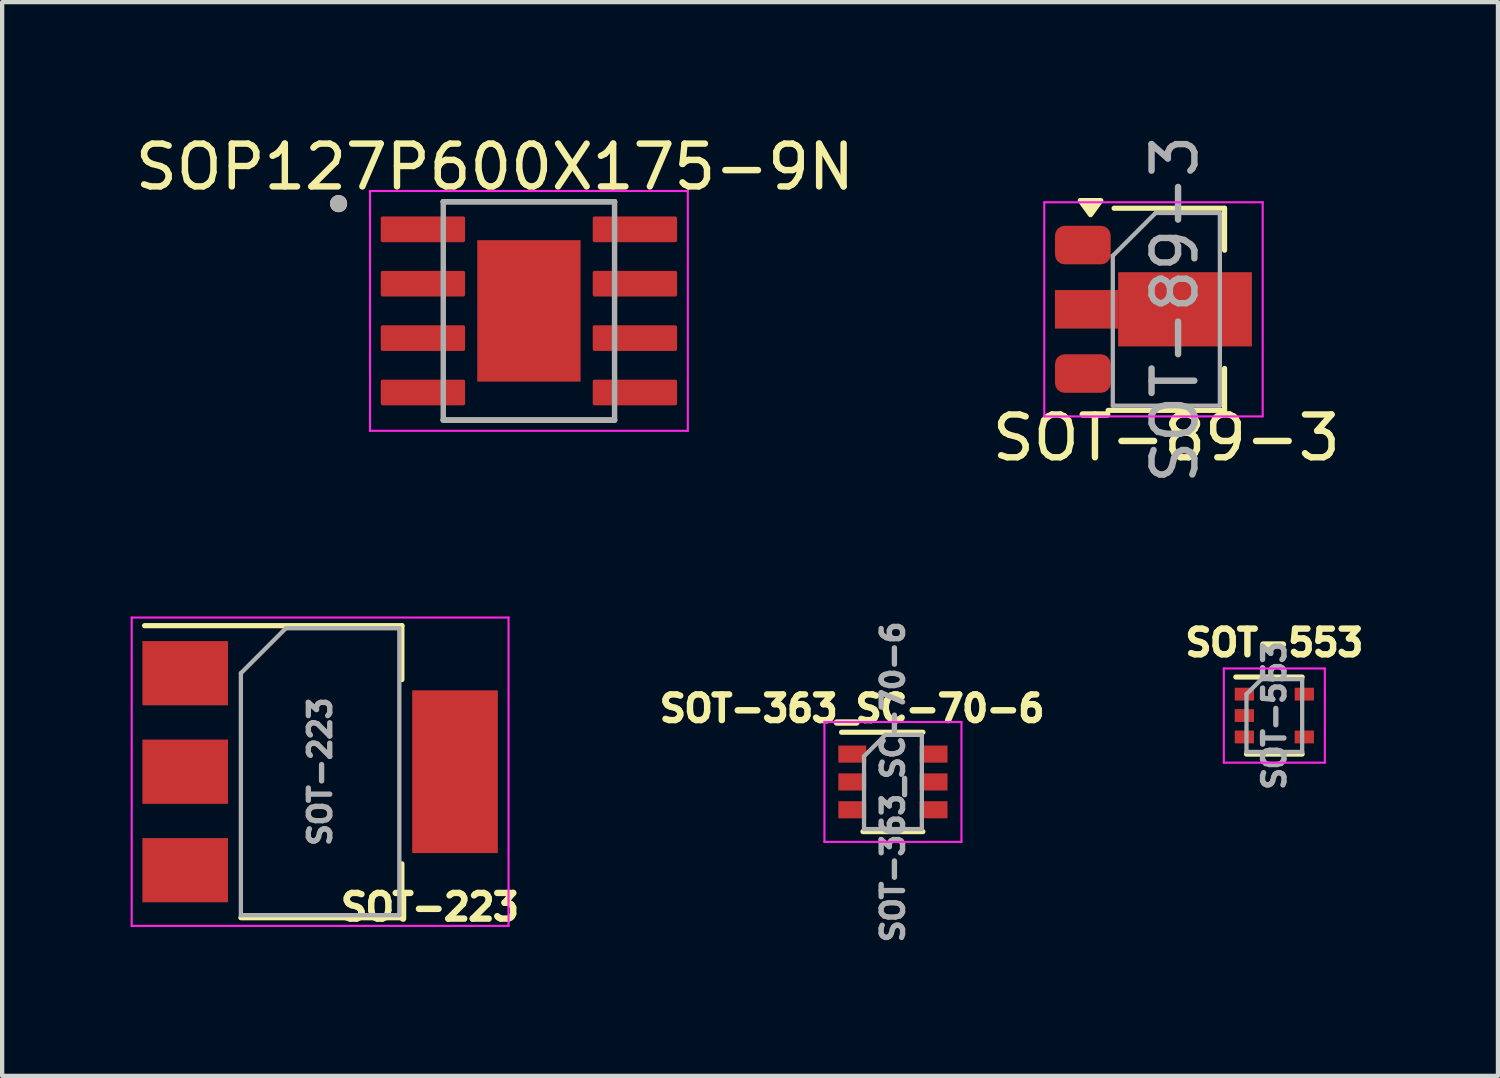
<source format=kicad_pcb>
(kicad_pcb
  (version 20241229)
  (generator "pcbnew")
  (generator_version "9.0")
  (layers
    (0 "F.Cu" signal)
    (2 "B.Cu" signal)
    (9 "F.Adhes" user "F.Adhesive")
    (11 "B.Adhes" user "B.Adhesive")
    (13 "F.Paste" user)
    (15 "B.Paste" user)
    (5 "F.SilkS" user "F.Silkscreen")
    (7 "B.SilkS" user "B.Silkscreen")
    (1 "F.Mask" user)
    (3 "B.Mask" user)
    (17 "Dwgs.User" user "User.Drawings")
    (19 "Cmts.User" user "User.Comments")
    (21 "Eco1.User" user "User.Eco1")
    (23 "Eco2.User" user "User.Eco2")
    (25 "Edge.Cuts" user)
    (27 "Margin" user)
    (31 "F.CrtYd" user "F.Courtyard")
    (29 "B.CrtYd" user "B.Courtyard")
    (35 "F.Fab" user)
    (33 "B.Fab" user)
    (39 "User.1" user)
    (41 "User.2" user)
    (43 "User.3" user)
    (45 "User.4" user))
  (footprint "SOT-89-3"
    (layer "F.Cu")
    (at 24.185 4.173)
    (property "Reference" "SOT-89-3" (at 0 3 0) (layer "F.SilkS") (effects (font (size 1 1) (thickness 0.15))))
    (attr smd)
    (fp_line (start -1.22 -2.36) (end 1.36 -2.36) (stroke (width 0.12) (type solid)) (layer "F.SilkS"))
    (fp_line (start 1.36 -1.38) (end 1.36 -2.36) (stroke (width 0.12) (type solid)) (layer "F.SilkS"))
    (fp_line (start 1.36 1.38) (end 1.36 2.36) (stroke (width 0.12) (type solid)) (layer "F.SilkS"))
    (fp_line (start 1.36 2.36) (end -1.36 2.36) (stroke (width 0.12) (type solid)) (layer "F.SilkS"))
    (fp_poly (pts (xy -1.77 -2.21) (xy -2.01 -2.54) (xy -1.53 -2.54) (xy -1.77 -2.21)) (stroke (width 0.12) (type solid)) (fill yes) (layer "F.SilkS"))
    (fp_line (start -2.85 2.5) (end -2.85 -2.5) (stroke (width 0.05) (type solid)) (layer "F.CrtYd"))
    (fp_line (start -2.85 2.5) (end 2.25 2.5) (stroke (width 0.05) (type solid)) (layer "F.CrtYd"))
    (fp_line (start 2.25 -2.5) (end -2.85 -2.5) (stroke (width 0.05) (type solid)) (layer "F.CrtYd"))
    (fp_line (start 2.25 -2.5) (end 2.25 2.5) (stroke (width 0.05) (type solid)) (layer "F.CrtYd"))
    (fp_line (start -1.25 -1.25) (end -0.25 -2.25) (stroke (width 0.1) (type solid)) (layer "F.Fab"))
    (fp_line (start -1.25 2.25) (end -1.25 -1.25) (stroke (width 0.1) (type solid)) (layer "F.Fab"))
    (fp_line (start -0.25 -2.25) (end 1.25 -2.25) (stroke (width 0.1) (type solid)) (layer "F.Fab"))
    (fp_line (start 1.25 -2.25) (end 1.25 2.25) (stroke (width 0.1) (type solid)) (layer "F.Fab"))
    (fp_line (start 1.25 2.25) (end -1.25 2.25) (stroke (width 0.1) (type solid)) (layer "F.Fab"))
    (fp_text user "${REFERENCE}" (at 0.2 0 90) (layer "F.Fab") (effects (font (size 1 1) (thickness 0.15))))
    (pad "1" smd roundrect (at -1.95 -1.5) (size 1.3 0.9) (layers "F.Cu" "F.Mask" "F.Paste") (roundrect_rratio 0.25))
    (pad "2" smd custom (at -1.863 0) (size 1.475 0.9) (layers "F.Cu" "F.Mask" "F.Paste") (options (anchor rect)) (primitives (gr_poly (pts (xy 3.862 0.867) (xy 0.738 0.867) (xy 0.738 -0.867) (xy 3.862 -0.867)) (width 0) (fill yes))))
    (pad "3" smd roundrect (at -1.95 1.5) (size 1.3 0.9) (layers "F.Cu" "F.Mask" "F.Paste") (roundrect_rratio 0.25)))
  (footprint "SOP127P600X175-9N"
    (layer "F.Cu")
    (at 9.301 4.21)
    (property "Reference" "SOP127P600X175-9N" (at -0.795 -3.362 180) (layer "F.SilkS") (effects (font (size 1 1) (thickness 0.15))))
    (attr smd)
    (fp_line (start -2 -2.55) (end 2 -2.55) (stroke (width 0.127) (type solid)) (layer "F.SilkS"))
    (fp_line (start -2 2.55) (end 2 2.55) (stroke (width 0.127) (type solid)) (layer "F.SilkS"))
    (fp_circle (center -4.445 -2.505) (end -4.345 -2.505) (stroke (width 0.2) (type solid)) (fill no) (layer "F.SilkS"))
    (fp_poly (pts (xy -0.645 -0.82) (xy 0.645 -0.82) (xy 0.645 0.82) (xy -0.645 0.82)) (stroke (width 0.01) (type solid)) (fill yes) (layer "F.Paste"))
    (fp_line (start -3.71 -2.8) (end -3.71 2.8) (stroke (width 0.05) (type solid)) (layer "F.CrtYd"))
    (fp_line (start -3.71 -2.8) (end 3.71 -2.8) (stroke (width 0.05) (type solid)) (layer "F.CrtYd"))
    (fp_line (start -3.71 2.8) (end 3.71 2.8) (stroke (width 0.05) (type solid)) (layer "F.CrtYd"))
    (fp_line (start 3.71 -2.8) (end 3.71 2.8) (stroke (width 0.05) (type solid)) (layer "F.CrtYd"))
    (fp_line (start -2 -2.55) (end -2 2.55) (stroke (width 0.127) (type solid)) (layer "F.Fab"))
    (fp_line (start -2 -2.55) (end 2 -2.55) (stroke (width 0.127) (type solid)) (layer "F.Fab"))
    (fp_line (start -2 2.55) (end 2 2.55) (stroke (width 0.127) (type solid)) (layer "F.Fab"))
    (fp_line (start 2 -2.55) (end 2 2.55) (stroke (width 0.127) (type solid)) (layer "F.Fab"))
    (fp_circle (center -4.445 -2.505) (end -4.345 -2.505) (stroke (width 0.2) (type solid)) (fill no) (layer "F.Fab"))
    (pad "1" smd roundrect (at -2.475 -1.905) (size 1.97 0.6) (layers "F.Cu" "F.Mask" "F.Paste") (roundrect_rratio 0.07))
    (pad "2" smd roundrect (at -2.475 -0.635) (size 1.97 0.6) (layers "F.Cu" "F.Mask" "F.Paste") (roundrect_rratio 0.07))
    (pad "3" smd roundrect (at -2.475 0.635) (size 1.97 0.6) (layers "F.Cu" "F.Mask" "F.Paste") (roundrect_rratio 0.07))
    (pad "4" smd roundrect (at -2.475 1.905) (size 1.97 0.6) (layers "F.Cu" "F.Mask" "F.Paste") (roundrect_rratio 0.07))
    (pad "5" smd roundrect (at 2.475 1.905) (size 1.97 0.6) (layers "F.Cu" "F.Mask" "F.Paste") (roundrect_rratio 0.07))
    (pad "6" smd roundrect (at 2.475 0.635) (size 1.97 0.6) (layers "F.Cu" "F.Mask" "F.Paste") (roundrect_rratio 0.07))
    (pad "7" smd roundrect (at 2.475 -0.635) (size 1.97 0.6) (layers "F.Cu" "F.Mask" "F.Paste") (roundrect_rratio 0.07))
    (pad "8" smd roundrect (at 2.475 -1.905) (size 1.97 0.6) (layers "F.Cu" "F.Mask" "F.Paste") (roundrect_rratio 0.07))
    (pad "9" smd rect (at 0 0) (size 2.413 3.302) (layers "F.Cu" "F.Mask")))
  (footprint "SOT-223"
    (layer "F.Cu")
    (at 4.425 14.97)
    (property "Reference" "SOT-223" (at 2.565 3.161 180) (layer "F.SilkS") (effects (font (size 0.6 0.6) (thickness 0.15))))
    (attr smd)
    (fp_line (start -4.1 -3.41) (end 1.91 -3.41) (stroke (width 0.12) (type solid)) (layer "F.SilkS"))
    (fp_line (start -1.85 3.41) (end 1.91 3.41) (stroke (width 0.12) (type solid)) (layer "F.SilkS"))
    (fp_line (start 1.91 -3.41) (end 1.91 -2.15) (stroke (width 0.12) (type solid)) (layer "F.SilkS"))
    (fp_line (start 1.91 3.41) (end 1.91 2.15) (stroke (width 0.12) (type solid)) (layer "F.SilkS"))
    (fp_line (start -4.4 -3.6) (end -4.4 3.6) (stroke (width 0.05) (type solid)) (layer "F.CrtYd"))
    (fp_line (start -4.4 3.6) (end 4.4 3.6) (stroke (width 0.05) (type solid)) (layer "F.CrtYd"))
    (fp_line (start 4.4 -3.6) (end -4.4 -3.6) (stroke (width 0.05) (type solid)) (layer "F.CrtYd"))
    (fp_line (start 4.4 3.6) (end 4.4 -3.6) (stroke (width 0.05) (type solid)) (layer "F.CrtYd"))
    (fp_line (start -1.85 -2.3) (end -1.85 3.35) (stroke (width 0.1) (type solid)) (layer "F.Fab"))
    (fp_line (start -1.85 -2.3) (end -0.8 -3.35) (stroke (width 0.1) (type solid)) (layer "F.Fab"))
    (fp_line (start -1.85 3.35) (end 1.85 3.35) (stroke (width 0.1) (type solid)) (layer "F.Fab"))
    (fp_line (start -0.8 -3.35) (end 1.85 -3.35) (stroke (width 0.1) (type solid)) (layer "F.Fab"))
    (fp_line (start 1.85 -3.35) (end 1.85 3.35) (stroke (width 0.1) (type solid)) (layer "F.Fab"))
    (fp_text user "${REFERENCE}" (at 0 0 90) (layer "F.Fab") (effects (font (size 0.5 0.5) (thickness 0.125))))
    (pad "1" smd rect (at -3.15 -2.3) (size 2 1.5) (layers "F.Cu" "F.Mask" "F.Paste"))
    (pad "2" smd rect (at -3.15 0) (size 2 1.5) (layers "F.Cu" "F.Mask" "F.Paste"))
    (pad "3" smd rect (at -3.15 2.3) (size 2 1.5) (layers "F.Cu" "F.Mask" "F.Paste"))
    (pad "4" smd rect (at 3.15 0) (size 2 3.8) (layers "F.Cu" "F.Mask" "F.Paste")))
  (footprint "SOT-553"
    (layer "F.Cu")
    (at 26.707 13.659)
    (property "Reference" "SOT-553" (at 0 -1.7 0) (layer "F.SilkS") (effects (font (size 0.6 0.6) (thickness 0.15))))
    (attr smd)
    (fp_line (start -0.9 -0.9) (end 0.65 -0.9) (stroke (width 0.12) (type solid)) (layer "F.SilkS"))
    (fp_line (start 0.65 0.9) (end -0.65 0.9) (stroke (width 0.12) (type solid)) (layer "F.SilkS"))
    (fp_line (start -1.18 -1.1) (end -1.18 1.1) (stroke (width 0.05) (type solid)) (layer "F.CrtYd"))
    (fp_line (start -1.18 -1.1) (end 1.18 -1.1) (stroke (width 0.05) (type solid)) (layer "F.CrtYd"))
    (fp_line (start 1.18 1.1) (end -1.18 1.1) (stroke (width 0.05) (type solid)) (layer "F.CrtYd"))
    (fp_line (start 1.18 1.1) (end 1.18 -1.1) (stroke (width 0.05) (type solid)) (layer "F.CrtYd"))
    (fp_line (start -0.65 -0.5) (end -0.65 0.85) (stroke (width 0.1) (type solid)) (layer "F.Fab"))
    (fp_line (start -0.65 -0.5) (end -0.3 -0.85) (stroke (width 0.1) (type solid)) (layer "F.Fab"))
    (fp_line (start -0.65 0.85) (end 0.65 0.85) (stroke (width 0.1) (type solid)) (layer "F.Fab"))
    (fp_line (start 0.65 -0.85) (end -0.3 -0.85) (stroke (width 0.1) (type solid)) (layer "F.Fab"))
    (fp_line (start 0.65 0.85) (end 0.65 -0.85) (stroke (width 0.1) (type solid)) (layer "F.Fab"))
    (fp_text user "${REFERENCE}" (at 0 0 90) (layer "F.Fab") (effects (font (size 0.5 0.5) (thickness 0.125))))
    (pad "1" smd rect (at -0.7 -0.5) (size 0.45 0.3) (layers "F.Cu" "F.Mask" "F.Paste"))
    (pad "2" smd rect (at -0.7 0) (size 0.45 0.3) (layers "F.Cu" "F.Mask" "F.Paste"))
    (pad "3" smd rect (at -0.7 0.5) (size 0.45 0.3) (layers "F.Cu" "F.Mask" "F.Paste"))
    (pad "4" smd rect (at 0.7 0.5) (size 0.45 0.3) (layers "F.Cu" "F.Mask" "F.Paste"))
    (pad "5" smd rect (at 0.7 -0.5) (size 0.45 0.3) (layers "F.Cu" "F.Mask" "F.Paste")))
  (footprint "SOT-363_SC-70-6"
    (layer "F.Cu")
    (at 17.801 15.209)
    (property "Reference" "SOT-363_SC-70-6" (at -0.953 -1.714 0) (layer "F.SilkS") (effects (font (size 0.6 0.6) (thickness 0.15))))
    (attr smd)
    (fp_line (start -0.7 1.16) (end 0.7 1.16) (stroke (width 0.12) (type solid)) (layer "F.SilkS"))
    (fp_line (start 0.7 -1.16) (end -1.2 -1.16) (stroke (width 0.12) (type solid)) (layer "F.SilkS"))
    (fp_line (start -1.6 -1.4) (end -1.6 1.4) (stroke (width 0.05) (type solid)) (layer "F.CrtYd"))
    (fp_line (start -1.6 -1.4) (end 1.6 -1.4) (stroke (width 0.05) (type solid)) (layer "F.CrtYd"))
    (fp_line (start -1.6 1.4) (end 1.6 1.4) (stroke (width 0.05) (type solid)) (layer "F.CrtYd"))
    (fp_line (start 1.6 1.4) (end 1.6 -1.4) (stroke (width 0.05) (type solid)) (layer "F.CrtYd"))
    (fp_line (start -0.675 -0.6) (end -0.675 1.1) (stroke (width 0.1) (type solid)) (layer "F.Fab"))
    (fp_line (start -0.175 -1.1) (end -0.675 -0.6) (stroke (width 0.1) (type solid)) (layer "F.Fab"))
    (fp_line (start 0.675 -1.1) (end -0.175 -1.1) (stroke (width 0.1) (type solid)) (layer "F.Fab"))
    (fp_line (start 0.675 -1.1) (end 0.675 1.1) (stroke (width 0.1) (type solid)) (layer "F.Fab"))
    (fp_line (start 0.675 1.1) (end -0.675 1.1) (stroke (width 0.1) (type solid)) (layer "F.Fab"))
    (fp_text user "${REFERENCE}" (at 0 0 90) (layer "F.Fab") (effects (font (size 0.5 0.5) (thickness 0.125))))
    (pad "1" smd rect (at -0.95 -0.65) (size 0.65 0.4) (layers "F.Cu" "F.Mask" "F.Paste"))
    (pad "2" smd rect (at -0.95 0) (size 0.65 0.4) (layers "F.Cu" "F.Mask" "F.Paste"))
    (pad "3" smd rect (at -0.95 0.65) (size 0.65 0.4) (layers "F.Cu" "F.Mask" "F.Paste"))
    (pad "4" smd rect (at 0.95 0.65) (size 0.65 0.4) (layers "F.Cu" "F.Mask" "F.Paste"))
    (pad "5" smd rect (at 0.95 0) (size 0.65 0.4) (layers "F.Cu" "F.Mask" "F.Paste"))
    (pad "6" smd rect (at 0.95 -0.65) (size 0.65 0.4) (layers "F.Cu" "F.Mask" "F.Paste")))
  (gr_rect
    (start -3 -3)
    (end 31.929 22.073)
    (stroke (width 0.1) (type default))
    (fill no)
    (layer "Edge.Cuts")))
</source>
